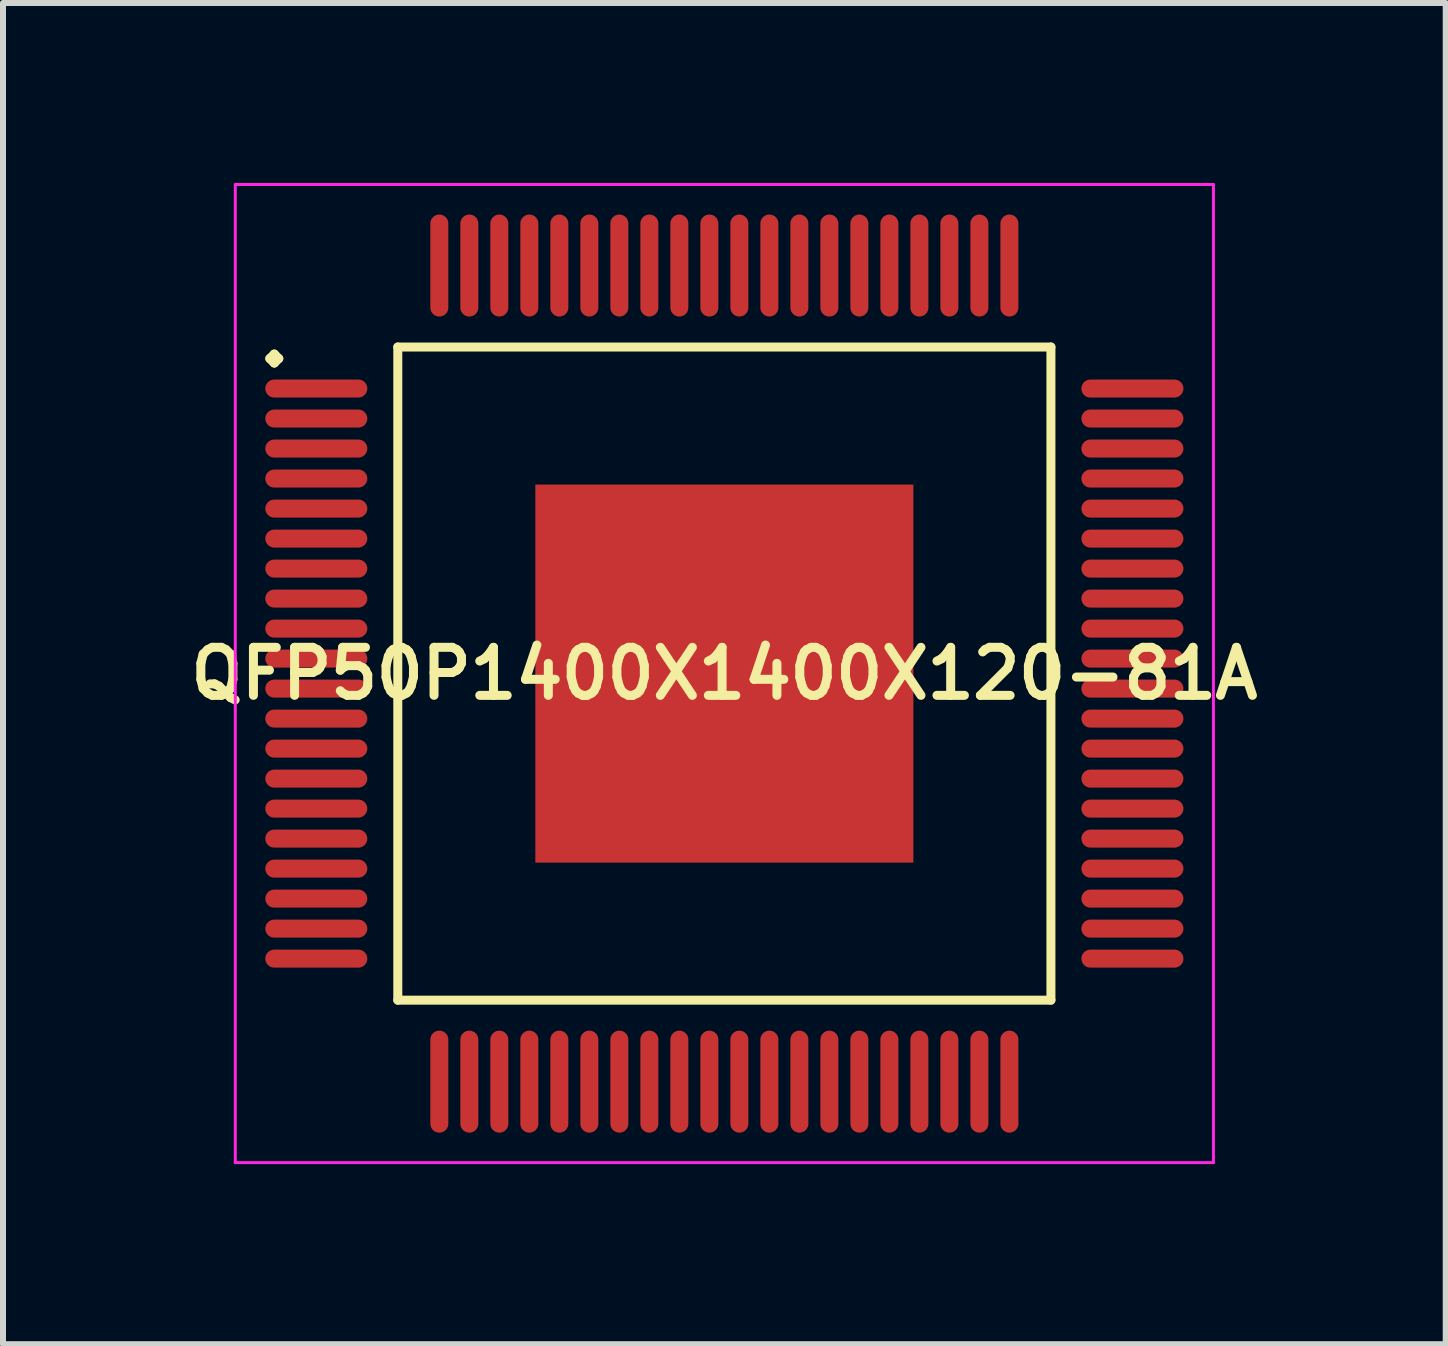
<source format=kicad_pcb>
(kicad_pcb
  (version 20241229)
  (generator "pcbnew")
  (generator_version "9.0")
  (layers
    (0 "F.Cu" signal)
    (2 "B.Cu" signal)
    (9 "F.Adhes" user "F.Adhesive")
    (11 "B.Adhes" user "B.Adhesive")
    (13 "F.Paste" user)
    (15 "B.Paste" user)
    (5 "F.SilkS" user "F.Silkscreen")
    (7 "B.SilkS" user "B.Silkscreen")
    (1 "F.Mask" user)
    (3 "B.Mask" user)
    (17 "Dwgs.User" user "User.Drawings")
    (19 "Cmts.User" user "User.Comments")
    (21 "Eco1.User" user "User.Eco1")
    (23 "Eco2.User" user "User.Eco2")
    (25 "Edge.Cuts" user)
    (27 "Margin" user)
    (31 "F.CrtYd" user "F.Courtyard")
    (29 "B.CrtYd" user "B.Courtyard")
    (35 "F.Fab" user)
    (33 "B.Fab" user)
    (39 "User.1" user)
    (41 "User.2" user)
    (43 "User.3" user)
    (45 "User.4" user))
  (footprint "QFP50P1400X1400X120-81A"
    (layer "F.Cu")
    (at 9.021 8.175)
    (property "Reference" "QFP50P1400X1400X120-81A" (at 0 0 0) (layer "F.SilkS") (effects (font (size 0.8 0.8) (thickness 0.15))))
    (attr smd)
    (fp_line (start -7.575 -5.25) (end -7.5 -5.325) (stroke (width 0.15) (type solid)) (layer "F.SilkS"))
    (fp_line (start -7.5 -5.325) (end -7.425 -5.25) (stroke (width 0.15) (type solid)) (layer "F.SilkS"))
    (fp_line (start -7.5 -5.175) (end -7.575 -5.25) (stroke (width 0.15) (type solid)) (layer "F.SilkS"))
    (fp_line (start -7.425 -5.25) (end -7.5 -5.175) (stroke (width 0.15) (type solid)) (layer "F.SilkS"))
    (fp_line (start -5.442 -5.442) (end -5.442 5.442) (stroke (width 0.15) (type solid)) (layer "F.SilkS"))
    (fp_line (start -5.442 5.442) (end 5.442 5.442) (stroke (width 0.15) (type solid)) (layer "F.SilkS"))
    (fp_line (start 5.442 -5.442) (end -5.442 -5.442) (stroke (width 0.15) (type solid)) (layer "F.SilkS"))
    (fp_line (start 5.442 5.442) (end 5.442 -5.442) (stroke (width 0.15) (type solid)) (layer "F.SilkS"))
    (fp_line (start -8.15 -8.15) (end 8.15 -8.15) (stroke (width 0.05) (type solid)) (layer "F.CrtYd"))
    (fp_line (start -8.15 8.15) (end -8.15 -8.15) (stroke (width 0.05) (type solid)) (layer "F.CrtYd"))
    (fp_line (start 8.15 -8.15) (end 8.15 8.15) (stroke (width 0.05) (type solid)) (layer "F.CrtYd"))
    (fp_line (start 8.15 8.15) (end -8.15 8.15) (stroke (width 0.05) (type solid)) (layer "F.CrtYd"))
    (pad "1" smd oval (at -6.8 -4.75) (size 1.7 0.3) (layers "F.Cu" "F.Mask" "F.Paste"))
    (pad "2" smd oval (at -6.8 -4.25) (size 1.7 0.3) (layers "F.Cu" "F.Mask" "F.Paste"))
    (pad "3" smd oval (at -6.8 -3.75) (size 1.7 0.3) (layers "F.Cu" "F.Mask" "F.Paste"))
    (pad "4" smd oval (at -6.8 -3.25) (size 1.7 0.3) (layers "F.Cu" "F.Mask" "F.Paste"))
    (pad "5" smd oval (at -6.8 -2.75) (size 1.7 0.3) (layers "F.Cu" "F.Mask" "F.Paste"))
    (pad "6" smd oval (at -6.8 -2.25) (size 1.7 0.3) (layers "F.Cu" "F.Mask" "F.Paste"))
    (pad "7" smd oval (at -6.8 -1.75) (size 1.7 0.3) (layers "F.Cu" "F.Mask" "F.Paste"))
    (pad "8" smd oval (at -6.8 -1.25) (size 1.7 0.3) (layers "F.Cu" "F.Mask" "F.Paste"))
    (pad "9" smd oval (at -6.8 -0.75) (size 1.7 0.3) (layers "F.Cu" "F.Mask" "F.Paste"))
    (pad "10" smd oval (at -6.8 -0.25) (size 1.7 0.3) (layers "F.Cu" "F.Mask" "F.Paste"))
    (pad "11" smd oval (at -6.8 0.25) (size 1.7 0.3) (layers "F.Cu" "F.Mask" "F.Paste"))
    (pad "12" smd oval (at -6.8 0.75) (size 1.7 0.3) (layers "F.Cu" "F.Mask" "F.Paste"))
    (pad "13" smd oval (at -6.8 1.25) (size 1.7 0.3) (layers "F.Cu" "F.Mask" "F.Paste"))
    (pad "14" smd oval (at -6.8 1.75) (size 1.7 0.3) (layers "F.Cu" "F.Mask" "F.Paste"))
    (pad "15" smd oval (at -6.8 2.25) (size 1.7 0.3) (layers "F.Cu" "F.Mask" "F.Paste"))
    (pad "16" smd oval (at -6.8 2.75) (size 1.7 0.3) (layers "F.Cu" "F.Mask" "F.Paste"))
    (pad "17" smd oval (at -6.8 3.25) (size 1.7 0.3) (layers "F.Cu" "F.Mask" "F.Paste"))
    (pad "18" smd oval (at -6.8 3.75) (size 1.7 0.3) (layers "F.Cu" "F.Mask" "F.Paste"))
    (pad "19" smd oval (at -6.8 4.25) (size 1.7 0.3) (layers "F.Cu" "F.Mask" "F.Paste"))
    (pad "20" smd oval (at -6.8 4.75) (size 1.7 0.3) (layers "F.Cu" "F.Mask" "F.Paste"))
    (pad "21" smd oval (at -4.75 6.8) (size 0.3 1.7) (layers "F.Cu" "F.Mask" "F.Paste"))
    (pad "22" smd oval (at -4.25 6.8) (size 0.3 1.7) (layers "F.Cu" "F.Mask" "F.Paste"))
    (pad "23" smd oval (at -3.75 6.8) (size 0.3 1.7) (layers "F.Cu" "F.Mask" "F.Paste"))
    (pad "24" smd oval (at -3.25 6.8) (size 0.3 1.7) (layers "F.Cu" "F.Mask" "F.Paste"))
    (pad "25" smd oval (at -2.75 6.8) (size 0.3 1.7) (layers "F.Cu" "F.Mask" "F.Paste"))
    (pad "26" smd oval (at -2.25 6.8) (size 0.3 1.7) (layers "F.Cu" "F.Mask" "F.Paste"))
    (pad "27" smd oval (at -1.75 6.8) (size 0.3 1.7) (layers "F.Cu" "F.Mask" "F.Paste"))
    (pad "28" smd oval (at -1.25 6.8) (size 0.3 1.7) (layers "F.Cu" "F.Mask" "F.Paste"))
    (pad "29" smd oval (at -0.75 6.8) (size 0.3 1.7) (layers "F.Cu" "F.Mask" "F.Paste"))
    (pad "30" smd oval (at -0.25 6.8) (size 0.3 1.7) (layers "F.Cu" "F.Mask" "F.Paste"))
    (pad "31" smd oval (at 0.25 6.8) (size 0.3 1.7) (layers "F.Cu" "F.Mask" "F.Paste"))
    (pad "32" smd oval (at 0.75 6.8) (size 0.3 1.7) (layers "F.Cu" "F.Mask" "F.Paste"))
    (pad "33" smd oval (at 1.25 6.8) (size 0.3 1.7) (layers "F.Cu" "F.Mask" "F.Paste"))
    (pad "34" smd oval (at 1.75 6.8) (size 0.3 1.7) (layers "F.Cu" "F.Mask" "F.Paste"))
    (pad "35" smd oval (at 2.25 6.8) (size 0.3 1.7) (layers "F.Cu" "F.Mask" "F.Paste"))
    (pad "36" smd oval (at 2.75 6.8) (size 0.3 1.7) (layers "F.Cu" "F.Mask" "F.Paste"))
    (pad "37" smd oval (at 3.25 6.8) (size 0.3 1.7) (layers "F.Cu" "F.Mask" "F.Paste"))
    (pad "38" smd oval (at 3.75 6.8) (size 0.3 1.7) (layers "F.Cu" "F.Mask" "F.Paste"))
    (pad "39" smd oval (at 4.25 6.8) (size 0.3 1.7) (layers "F.Cu" "F.Mask" "F.Paste"))
    (pad "40" smd oval (at 4.75 6.8) (size 0.3 1.7) (layers "F.Cu" "F.Mask" "F.Paste"))
    (pad "41" smd oval (at 6.8 4.75) (size 1.7 0.3) (layers "F.Cu" "F.Mask" "F.Paste"))
    (pad "42" smd oval (at 6.8 4.25) (size 1.7 0.3) (layers "F.Cu" "F.Mask" "F.Paste"))
    (pad "43" smd oval (at 6.8 3.75) (size 1.7 0.3) (layers "F.Cu" "F.Mask" "F.Paste"))
    (pad "44" smd oval (at 6.8 3.25) (size 1.7 0.3) (layers "F.Cu" "F.Mask" "F.Paste"))
    (pad "45" smd oval (at 6.8 2.75) (size 1.7 0.3) (layers "F.Cu" "F.Mask" "F.Paste"))
    (pad "46" smd oval (at 6.8 2.25) (size 1.7 0.3) (layers "F.Cu" "F.Mask" "F.Paste"))
    (pad "47" smd oval (at 6.8 1.75) (size 1.7 0.3) (layers "F.Cu" "F.Mask" "F.Paste"))
    (pad "48" smd oval (at 6.8 1.25) (size 1.7 0.3) (layers "F.Cu" "F.Mask" "F.Paste"))
    (pad "49" smd oval (at 6.8 0.75) (size 1.7 0.3) (layers "F.Cu" "F.Mask" "F.Paste"))
    (pad "50" smd oval (at 6.8 0.25) (size 1.7 0.3) (layers "F.Cu" "F.Mask" "F.Paste"))
    (pad "51" smd oval (at 6.8 -0.25) (size 1.7 0.3) (layers "F.Cu" "F.Mask" "F.Paste"))
    (pad "52" smd oval (at 6.8 -0.75) (size 1.7 0.3) (layers "F.Cu" "F.Mask" "F.Paste"))
    (pad "53" smd oval (at 6.8 -1.25) (size 1.7 0.3) (layers "F.Cu" "F.Mask" "F.Paste"))
    (pad "54" smd oval (at 6.8 -1.75) (size 1.7 0.3) (layers "F.Cu" "F.Mask" "F.Paste"))
    (pad "55" smd oval (at 6.8 -2.25) (size 1.7 0.3) (layers "F.Cu" "F.Mask" "F.Paste"))
    (pad "56" smd oval (at 6.8 -2.75) (size 1.7 0.3) (layers "F.Cu" "F.Mask" "F.Paste"))
    (pad "57" smd oval (at 6.8 -3.25) (size 1.7 0.3) (layers "F.Cu" "F.Mask" "F.Paste"))
    (pad "58" smd oval (at 6.8 -3.75) (size 1.7 0.3) (layers "F.Cu" "F.Mask" "F.Paste"))
    (pad "59" smd oval (at 6.8 -4.25) (size 1.7 0.3) (layers "F.Cu" "F.Mask" "F.Paste"))
    (pad "60" smd oval (at 6.8 -4.75) (size 1.7 0.3) (layers "F.Cu" "F.Mask" "F.Paste"))
    (pad "61" smd oval (at 4.75 -6.8) (size 0.3 1.7) (layers "F.Cu" "F.Mask" "F.Paste"))
    (pad "62" smd oval (at 4.25 -6.8) (size 0.3 1.7) (layers "F.Cu" "F.Mask" "F.Paste"))
    (pad "63" smd oval (at 3.75 -6.8) (size 0.3 1.7) (layers "F.Cu" "F.Mask" "F.Paste"))
    (pad "64" smd oval (at 3.25 -6.8) (size 0.3 1.7) (layers "F.Cu" "F.Mask" "F.Paste"))
    (pad "65" smd oval (at 2.75 -6.8) (size 0.3 1.7) (layers "F.Cu" "F.Mask" "F.Paste"))
    (pad "66" smd oval (at 2.25 -6.8) (size 0.3 1.7) (layers "F.Cu" "F.Mask" "F.Paste"))
    (pad "67" smd oval (at 1.75 -6.8) (size 0.3 1.7) (layers "F.Cu" "F.Mask" "F.Paste"))
    (pad "68" smd oval (at 1.25 -6.8) (size 0.3 1.7) (layers "F.Cu" "F.Mask" "F.Paste"))
    (pad "69" smd oval (at 0.75 -6.8) (size 0.3 1.7) (layers "F.Cu" "F.Mask" "F.Paste"))
    (pad "70" smd oval (at 0.25 -6.8) (size 0.3 1.7) (layers "F.Cu" "F.Mask" "F.Paste"))
    (pad "71" smd oval (at -0.25 -6.8) (size 0.3 1.7) (layers "F.Cu" "F.Mask" "F.Paste"))
    (pad "72" smd oval (at -0.75 -6.8) (size 0.3 1.7) (layers "F.Cu" "F.Mask" "F.Paste"))
    (pad "73" smd oval (at -1.25 -6.8) (size 0.3 1.7) (layers "F.Cu" "F.Mask" "F.Paste"))
    (pad "74" smd oval (at -1.75 -6.8) (size 0.3 1.7) (layers "F.Cu" "F.Mask" "F.Paste"))
    (pad "75" smd oval (at -2.25 -6.8) (size 0.3 1.7) (layers "F.Cu" "F.Mask" "F.Paste"))
    (pad "76" smd oval (at -2.75 -6.8) (size 0.3 1.7) (layers "F.Cu" "F.Mask" "F.Paste"))
    (pad "77" smd oval (at -3.25 -6.8) (size 0.3 1.7) (layers "F.Cu" "F.Mask" "F.Paste"))
    (pad "78" smd oval (at -3.75 -6.8) (size 0.3 1.7) (layers "F.Cu" "F.Mask" "F.Paste"))
    (pad "79" smd oval (at -4.25 -6.8) (size 0.3 1.7) (layers "F.Cu" "F.Mask" "F.Paste"))
    (pad "80" smd oval (at -4.75 -6.8) (size 0.3 1.7) (layers "F.Cu" "F.Mask" "F.Paste"))
    (pad "81" smd rect (at 0 0) (size 6.3 6.3) (layers "F.Cu" "F.Mask" "F.Paste")))
  (gr_rect
    (start -3 -3)
    (end 21.042 19.35)
    (stroke (width 0.1) (type default))
    (fill no)
    (layer "Edge.Cuts")))
</source>
